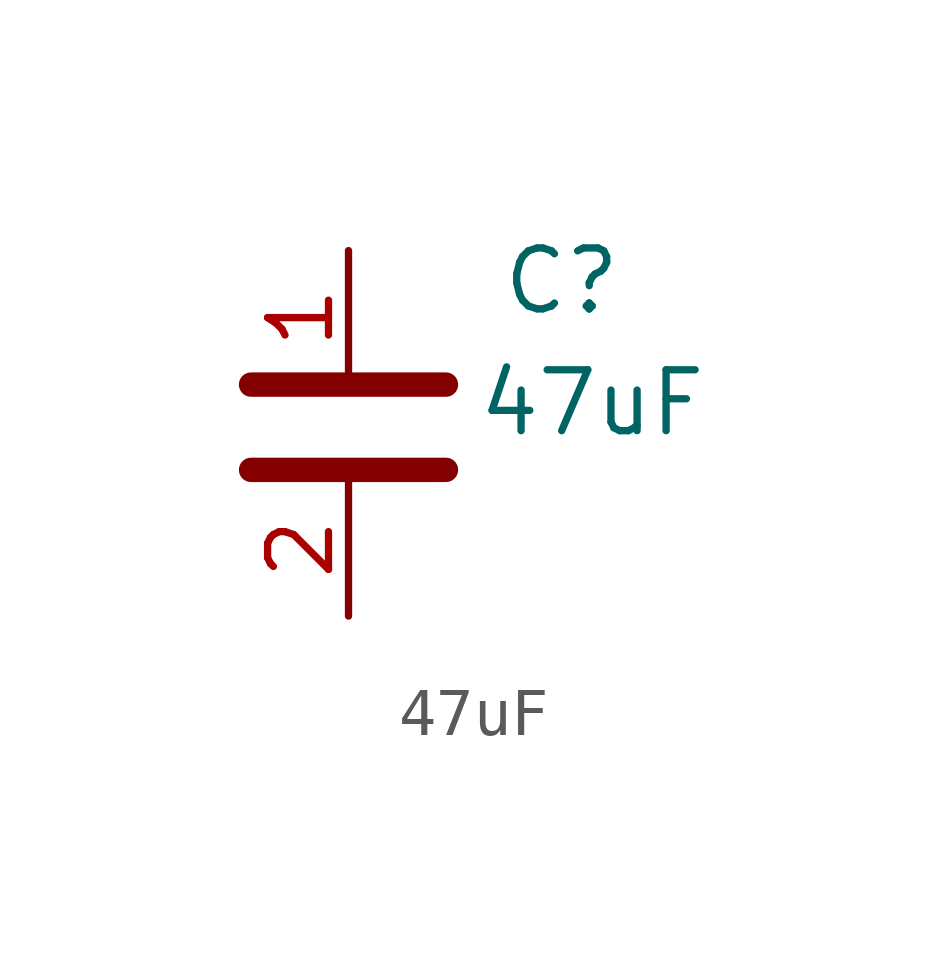
<source format=kicad_sym>
(kicad_symbol_lib
  (version 20211014)
  (generator kicad_symbol_editor)
  (symbol "47uF"
    (property "Reference" "C"
      (at 4.445 3.175 0)
      (effects (font (size 1.27 1.27))))
    (property "Value" "47uF"
      (at 5.08 0.635 0)
      (effects (font (size 1.27 1.27))))
    (symbol "47uF_0_1"
      (polyline (pts (xy -2.032 -0.762) (xy 2.032 -0.762)) (stroke (width 0.508) (type default) (color 0 0 0 0)) (fill (type none)))
      (polyline (pts (xy -2.032 1.016) (xy 2.032 1.016)) (stroke (width 0.508) (type default) (color 0 0 0 0)) (fill (type none))))
    (symbol "47uF_1_1"
      (pin passive line (at 0 3.81 270) (length 2.794) (name "~" (effects (font (size 1.27 1.27)))) (number "1" (effects (font (size 1.27 1.27)))))
      (pin passive line (at 0 -3.81 90) (length 2.794) (name "~" (effects (font (size 1.27 1.27)))) (number "2" (effects (font (size 1.27 1.27))))))))
</source>
